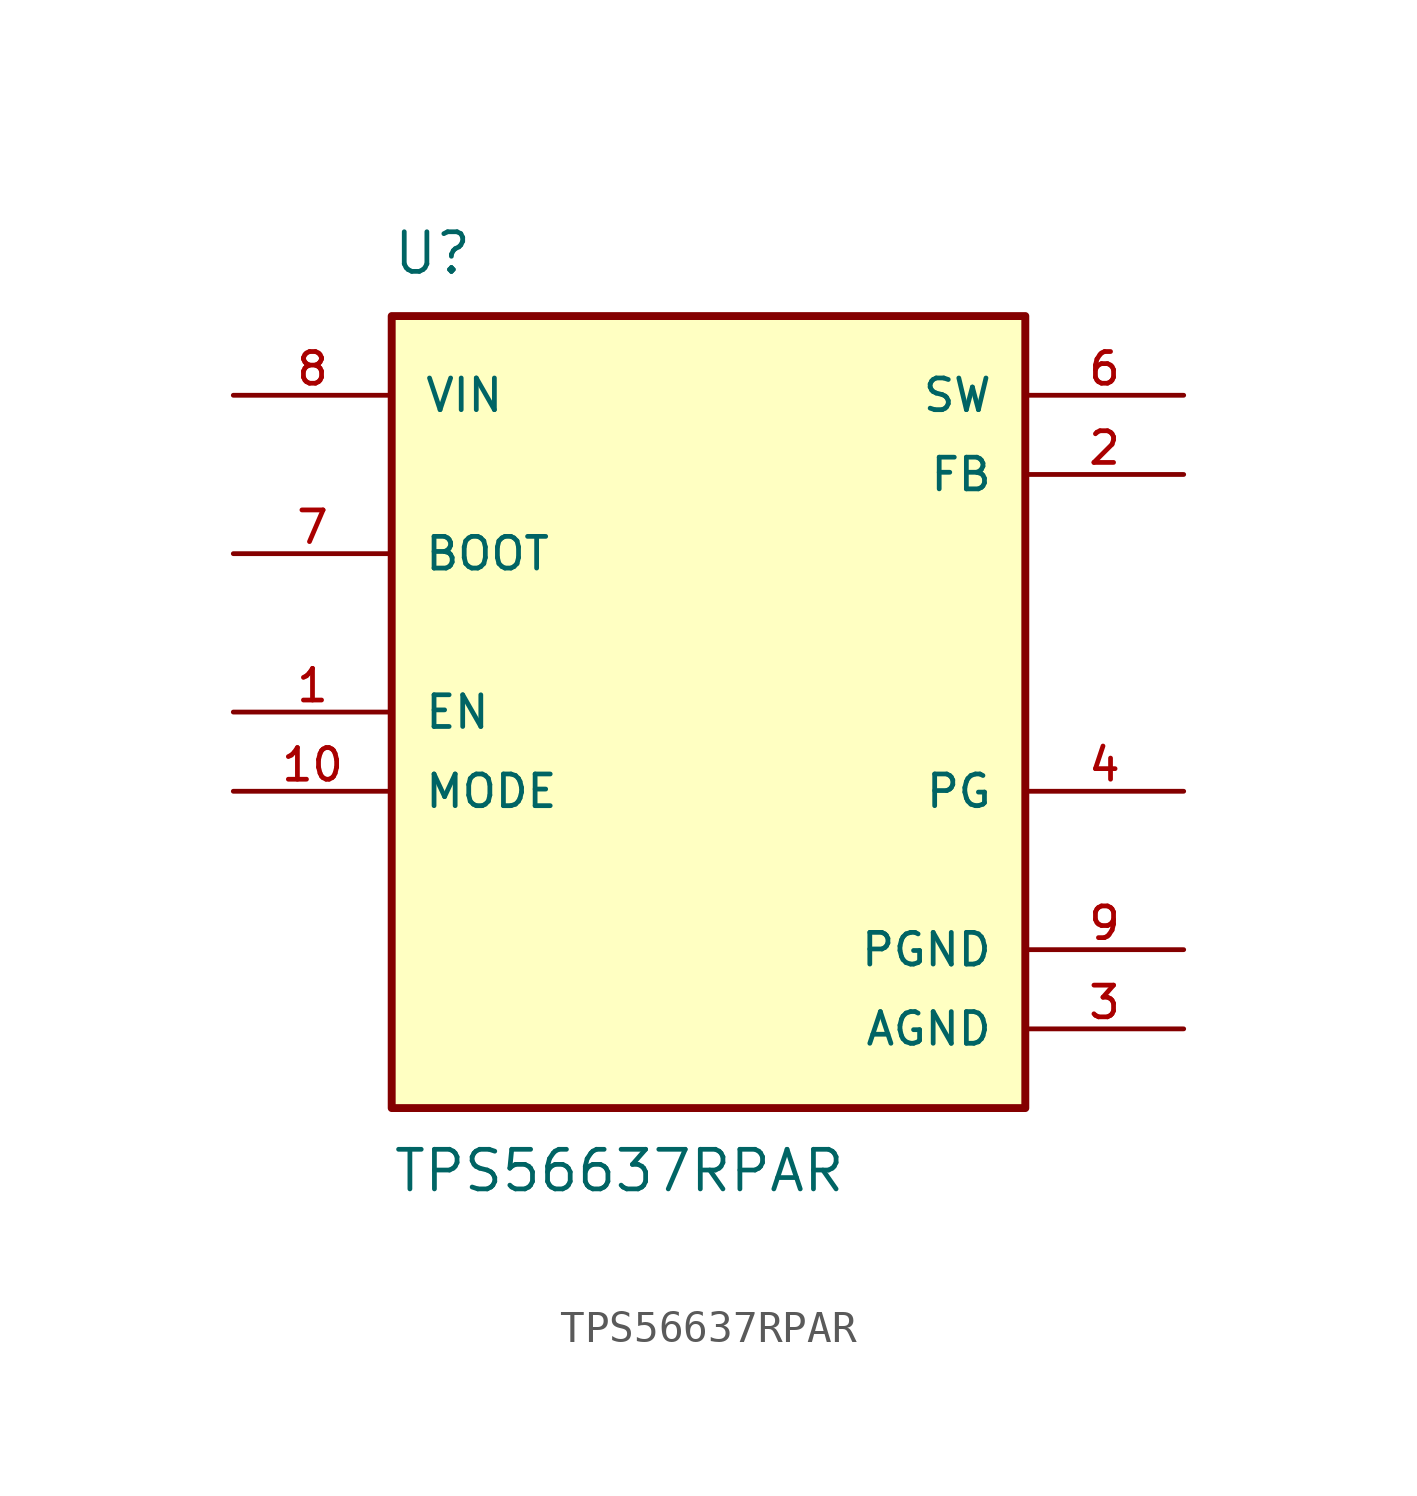
<source format=kicad_sym>
(kicad_symbol_lib
  (version 20241209)
  (generator "kicad_symbol_editor")
  (generator_version "9.0")
  (symbol "TPS56637RPAR"
    (pin_names
      (offset 1.016))
    (property "Reference" "U"
      (at -10.16 13.97 0)
      (effects (font (size 1.27 1.27)) (justify left bottom)))
    (property "Value" "TPS56637RPAR"
      (at -10.16 -13.97 0)
      (effects (font (size 1.27 1.27)) (justify left top)))
    (symbol "TPS56637RPAR_0_0"
      (rectangle (start -10.16 -12.7) (end 10.16 12.7) (stroke (width 0.254) (type default)) (fill (type background)))
      (pin input line (at -15.24 10.16 0) (length 5.08) (name "VIN" (effects (font (size 1.016 1.016)))) (number "8" (effects (font (size 1.016 1.016)))))
      (pin input line (at -15.24 5.08 0) (length 5.08) (name "BOOT" (effects (font (size 1.016 1.016)))) (number "7" (effects (font (size 1.016 1.016)))))
      (pin input line (at -15.24 0 0) (length 5.08) (name "EN" (effects (font (size 1.016 1.016)))) (number "1" (effects (font (size 1.016 1.016)))))
      (pin input line (at -15.24 -2.54 0) (length 5.08) (name "MODE" (effects (font (size 1.016 1.016)))) (number "10" (effects (font (size 1.016 1.016)))))
      (pin output line (at 15.24 10.16 180) (length 5.08) (name "SW" (effects (font (size 1.016 1.016)))) (number "6" (effects (font (size 1.016 1.016)))))
      (pin input line (at 15.24 7.62 180) (length 5.08) (name "FB" (effects (font (size 1.016 1.016)))) (number "2" (effects (font (size 1.016 1.016)))))
      (pin output line (at 15.24 -2.54 180) (length 5.08) (name "PG" (effects (font (size 1.016 1.016)))) (number "4" (effects (font (size 1.016 1.016)))))
      (pin power_in line (at 15.24 -7.62 180) (length 5.08) (name "PGND" (effects (font (size 1.016 1.016)))) (number "9" (effects (font (size 1.016 1.016)))))
      (pin power_in line (at 15.24 -10.16 180) (length 5.08) (name "AGND" (effects (font (size 1.016 1.016)))) (number "3" (effects (font (size 1.016 1.016))))))))
</source>
